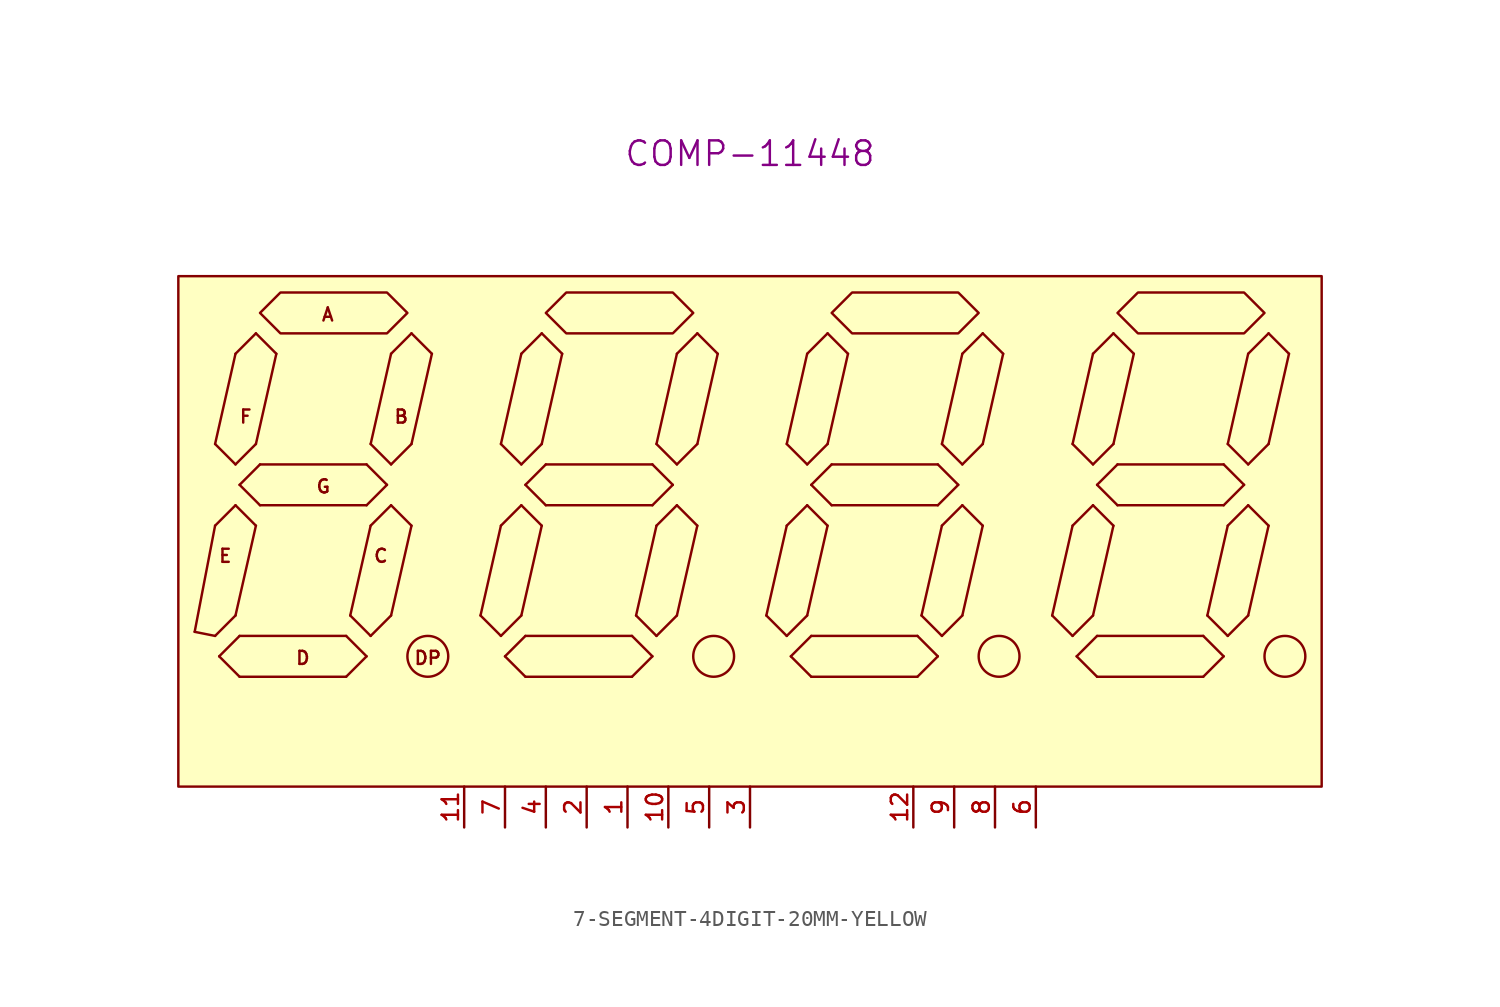
<source format=kicad_sym>
(kicad_symbol_lib
  (version 20211014)
  (generator kicad_symbol_editor)
  (symbol "7-SEGMENT-4DIGIT-20MM-YELLOW"
    (pin_names
      (offset 1.016) hide)
    (property "Reference" "DISP"
      (at 0 20.32 0)
      (effects (font (size 1.143 1.143)) hide))
    (property "Field4" "COMP-11448"
      (at 0 24.13 0)
      (effects (font (size 1.524 1.524))))
    (property "ki_locked" ""
      (at 0 0 0)
      (effects (font (size 1.27 1.27))))
    (symbol "7-SEGMENT-4DIGIT-20MM-YELLOW_1_0"
      (polyline (pts (xy -34.544 -5.613) (xy -33.274 -5.867)) (stroke (width 0) (type default) (color 0 0 0 0)) (fill (type none)))
      (polyline (pts (xy -33.274 -5.867) (xy -32.004 -4.597)) (stroke (width 0) (type default) (color 0 0 0 0)) (fill (type none)))
      (polyline (pts (xy -33.274 0.991) (xy -34.544 -5.613)) (stroke (width 0) (type default) (color 0 0 0 0)) (fill (type none)))
      (polyline (pts (xy -33.274 6.071) (xy -32.004 4.801)) (stroke (width 0) (type default) (color 0 0 0 0)) (fill (type none)))
      (polyline (pts (xy -33.02 -7.137) (xy -31.75 -8.407)) (stroke (width 0) (type default) (color 0 0 0 0)) (fill (type none)))
      (polyline (pts (xy -33.02 -7.137) (xy -31.75 -5.867)) (stroke (width 0) (type default) (color 0 0 0 0)) (fill (type none)))
      (polyline (pts (xy -32.004 -4.597) (xy -30.734 0.991)) (stroke (width 0) (type default) (color 0 0 0 0)) (fill (type none)))
      (polyline (pts (xy -32.004 2.261) (xy -33.274 0.991)) (stroke (width 0) (type default) (color 0 0 0 0)) (fill (type none)))
      (polyline (pts (xy -32.004 2.261) (xy -30.734 0.991)) (stroke (width 0) (type default) (color 0 0 0 0)) (fill (type none)))
      (polyline (pts (xy -32.004 4.801) (xy -30.734 6.071)) (stroke (width 0) (type default) (color 0 0 0 0)) (fill (type none)))
      (polyline (pts (xy -32.004 11.684) (xy -33.274 6.071)) (stroke (width 0) (type default) (color 0 0 0 0)) (fill (type none)))
      (polyline (pts (xy -31.75 -8.407) (xy -25.121 -8.407)) (stroke (width 0) (type default) (color 0 0 0 0)) (fill (type none)))
      (polyline (pts (xy -31.75 3.531) (xy -30.48 2.261)) (stroke (width 0) (type default) (color 0 0 0 0)) (fill (type none)))
      (polyline (pts (xy -31.75 3.531) (xy -30.48 4.801)) (stroke (width 0) (type default) (color 0 0 0 0)) (fill (type none)))
      (polyline (pts (xy -30.734 6.071) (xy -29.464 11.684)) (stroke (width 0) (type default) (color 0 0 0 0)) (fill (type none)))
      (polyline (pts (xy -30.734 12.954) (xy -32.004 11.684)) (stroke (width 0) (type default) (color 0 0 0 0)) (fill (type none)))
      (polyline (pts (xy -30.734 12.954) (xy -29.464 11.684)) (stroke (width 0) (type default) (color 0 0 0 0)) (fill (type none)))
      (polyline (pts (xy -30.48 2.261) (xy -23.851 2.261)) (stroke (width 0) (type default) (color 0 0 0 0)) (fill (type none)))
      (polyline (pts (xy -25.121 -8.407) (xy -23.851 -7.137)) (stroke (width 0) (type default) (color 0 0 0 0)) (fill (type none)))
      (polyline (pts (xy -25.121 -5.867) (xy -31.75 -5.867)) (stroke (width 0) (type default) (color 0 0 0 0)) (fill (type none)))
      (polyline (pts (xy -24.867 -4.597) (xy -23.597 -5.867)) (stroke (width 0) (type default) (color 0 0 0 0)) (fill (type none)))
      (polyline (pts (xy -23.851 -7.137) (xy -25.121 -5.867)) (stroke (width 0) (type default) (color 0 0 0 0)) (fill (type none)))
      (polyline (pts (xy -23.851 2.261) (xy -22.581 3.531)) (stroke (width 0) (type default) (color 0 0 0 0)) (fill (type none)))
      (polyline (pts (xy -23.851 4.801) (xy -30.48 4.801)) (stroke (width 0) (type default) (color 0 0 0 0)) (fill (type none)))
      (polyline (pts (xy -23.597 -5.867) (xy -22.327 -4.597)) (stroke (width 0) (type default) (color 0 0 0 0)) (fill (type none)))
      (polyline (pts (xy -23.597 0.991) (xy -24.867 -4.597)) (stroke (width 0) (type default) (color 0 0 0 0)) (fill (type none)))
      (polyline (pts (xy -23.597 6.071) (xy -22.327 4.801)) (stroke (width 0) (type default) (color 0 0 0 0)) (fill (type none)))
      (polyline (pts (xy -22.581 3.531) (xy -23.851 4.801)) (stroke (width 0) (type default) (color 0 0 0 0)) (fill (type none)))
      (polyline (pts (xy -22.327 -4.597) (xy -21.057 0.991)) (stroke (width 0) (type default) (color 0 0 0 0)) (fill (type none)))
      (polyline (pts (xy -22.327 2.261) (xy -23.597 0.991)) (stroke (width 0) (type default) (color 0 0 0 0)) (fill (type none)))
      (polyline (pts (xy -22.327 2.261) (xy -21.057 0.991)) (stroke (width 0) (type default) (color 0 0 0 0)) (fill (type none)))
      (polyline (pts (xy -22.327 4.801) (xy -21.057 6.071)) (stroke (width 0) (type default) (color 0 0 0 0)) (fill (type none)))
      (polyline (pts (xy -22.327 11.684) (xy -23.597 6.071)) (stroke (width 0) (type default) (color 0 0 0 0)) (fill (type none)))
      (polyline (pts (xy -21.057 6.071) (xy -19.787 11.684)) (stroke (width 0) (type default) (color 0 0 0 0)) (fill (type none)))
      (polyline (pts (xy -21.057 12.954) (xy -22.327 11.684)) (stroke (width 0) (type default) (color 0 0 0 0)) (fill (type none)))
      (polyline (pts (xy -21.057 12.954) (xy -19.787 11.684)) (stroke (width 0) (type default) (color 0 0 0 0)) (fill (type none)))
      (polyline (pts (xy -16.764 -4.597) (xy -15.494 -5.867)) (stroke (width 0) (type default) (color 0 0 0 0)) (fill (type none)))
      (polyline (pts (xy -15.494 -5.867) (xy -14.224 -4.597)) (stroke (width 0) (type default) (color 0 0 0 0)) (fill (type none)))
      (polyline (pts (xy -15.494 0.991) (xy -16.764 -4.597)) (stroke (width 0) (type default) (color 0 0 0 0)) (fill (type none)))
      (polyline (pts (xy -15.494 6.071) (xy -14.224 4.801)) (stroke (width 0) (type default) (color 0 0 0 0)) (fill (type none)))
      (polyline (pts (xy -15.24 -7.137) (xy -13.97 -8.407)) (stroke (width 0) (type default) (color 0 0 0 0)) (fill (type none)))
      (polyline (pts (xy -15.24 -7.137) (xy -13.97 -5.867)) (stroke (width 0) (type default) (color 0 0 0 0)) (fill (type none)))
      (polyline (pts (xy -14.224 -4.597) (xy -12.954 0.991)) (stroke (width 0) (type default) (color 0 0 0 0)) (fill (type none)))
      (polyline (pts (xy -14.224 2.261) (xy -15.494 0.991)) (stroke (width 0) (type default) (color 0 0 0 0)) (fill (type none)))
      (polyline (pts (xy -14.224 2.261) (xy -12.954 0.991)) (stroke (width 0) (type default) (color 0 0 0 0)) (fill (type none)))
      (polyline (pts (xy -14.224 4.801) (xy -12.954 6.071)) (stroke (width 0) (type default) (color 0 0 0 0)) (fill (type none)))
      (polyline (pts (xy -14.224 11.684) (xy -15.494 6.071)) (stroke (width 0) (type default) (color 0 0 0 0)) (fill (type none)))
      (polyline (pts (xy -13.97 -8.407) (xy -7.341 -8.407)) (stroke (width 0) (type default) (color 0 0 0 0)) (fill (type none)))
      (polyline (pts (xy -13.97 3.531) (xy -12.7 2.261)) (stroke (width 0) (type default) (color 0 0 0 0)) (fill (type none)))
      (polyline (pts (xy -13.97 3.531) (xy -12.7 4.801)) (stroke (width 0) (type default) (color 0 0 0 0)) (fill (type none)))
      (polyline (pts (xy -12.954 6.071) (xy -11.684 11.684)) (stroke (width 0) (type default) (color 0 0 0 0)) (fill (type none)))
      (polyline (pts (xy -12.954 12.954) (xy -14.224 11.684)) (stroke (width 0) (type default) (color 0 0 0 0)) (fill (type none)))
      (polyline (pts (xy -12.954 12.954) (xy -11.684 11.684)) (stroke (width 0) (type default) (color 0 0 0 0)) (fill (type none)))
      (polyline (pts (xy -12.7 2.261) (xy -6.071 2.261)) (stroke (width 0) (type default) (color 0 0 0 0)) (fill (type none)))
      (polyline (pts (xy -7.341 -8.407) (xy -6.071 -7.137)) (stroke (width 0) (type default) (color 0 0 0 0)) (fill (type none)))
      (polyline (pts (xy -7.341 -5.867) (xy -13.97 -5.867)) (stroke (width 0) (type default) (color 0 0 0 0)) (fill (type none)))
      (polyline (pts (xy -7.087 -4.597) (xy -5.817 -5.867)) (stroke (width 0) (type default) (color 0 0 0 0)) (fill (type none)))
      (polyline (pts (xy -6.071 -7.137) (xy -7.341 -5.867)) (stroke (width 0) (type default) (color 0 0 0 0)) (fill (type none)))
      (polyline (pts (xy -6.071 2.261) (xy -4.801 3.531)) (stroke (width 0) (type default) (color 0 0 0 0)) (fill (type none)))
      (polyline (pts (xy -6.071 4.801) (xy -12.7 4.801)) (stroke (width 0) (type default) (color 0 0 0 0)) (fill (type none)))
      (polyline (pts (xy -5.817 -5.867) (xy -4.547 -4.597)) (stroke (width 0) (type default) (color 0 0 0 0)) (fill (type none)))
      (polyline (pts (xy -5.817 0.991) (xy -7.087 -4.597)) (stroke (width 0) (type default) (color 0 0 0 0)) (fill (type none)))
      (polyline (pts (xy -5.817 6.071) (xy -4.547 4.801)) (stroke (width 0) (type default) (color 0 0 0 0)) (fill (type none)))
      (polyline (pts (xy -4.801 3.531) (xy -6.071 4.801)) (stroke (width 0) (type default) (color 0 0 0 0)) (fill (type none)))
      (polyline (pts (xy -4.547 -4.597) (xy -3.277 0.991)) (stroke (width 0) (type default) (color 0 0 0 0)) (fill (type none)))
      (polyline (pts (xy -4.547 2.261) (xy -5.817 0.991)) (stroke (width 0) (type default) (color 0 0 0 0)) (fill (type none)))
      (polyline (pts (xy -4.547 2.261) (xy -3.277 0.991)) (stroke (width 0) (type default) (color 0 0 0 0)) (fill (type none)))
      (polyline (pts (xy -4.547 4.801) (xy -3.277 6.071)) (stroke (width 0) (type default) (color 0 0 0 0)) (fill (type none)))
      (polyline (pts (xy -4.547 11.684) (xy -5.817 6.071)) (stroke (width 0) (type default) (color 0 0 0 0)) (fill (type none)))
      (polyline (pts (xy -3.277 6.071) (xy -2.007 11.684)) (stroke (width 0) (type default) (color 0 0 0 0)) (fill (type none)))
      (polyline (pts (xy -3.277 12.954) (xy -4.547 11.684)) (stroke (width 0) (type default) (color 0 0 0 0)) (fill (type none)))
      (polyline (pts (xy -3.277 12.954) (xy -2.007 11.684)) (stroke (width 0) (type default) (color 0 0 0 0)) (fill (type none)))
      (polyline (pts (xy 1.016 -4.597) (xy 2.286 -5.867)) (stroke (width 0) (type default) (color 0 0 0 0)) (fill (type none)))
      (polyline (pts (xy 2.286 -5.867) (xy 3.556 -4.597)) (stroke (width 0) (type default) (color 0 0 0 0)) (fill (type none)))
      (polyline (pts (xy 2.286 0.991) (xy 1.016 -4.597)) (stroke (width 0) (type default) (color 0 0 0 0)) (fill (type none)))
      (polyline (pts (xy 2.286 6.071) (xy 3.556 4.801)) (stroke (width 0) (type default) (color 0 0 0 0)) (fill (type none)))
      (polyline (pts (xy 2.54 -7.137) (xy 3.81 -8.407)) (stroke (width 0) (type default) (color 0 0 0 0)) (fill (type none)))
      (polyline (pts (xy 2.54 -7.137) (xy 3.81 -5.867)) (stroke (width 0) (type default) (color 0 0 0 0)) (fill (type none)))
      (polyline (pts (xy 3.556 -4.597) (xy 4.826 0.991)) (stroke (width 0) (type default) (color 0 0 0 0)) (fill (type none)))
      (polyline (pts (xy 3.556 2.261) (xy 2.286 0.991)) (stroke (width 0) (type default) (color 0 0 0 0)) (fill (type none)))
      (polyline (pts (xy 3.556 2.261) (xy 4.826 0.991)) (stroke (width 0) (type default) (color 0 0 0 0)) (fill (type none)))
      (polyline (pts (xy 3.556 4.801) (xy 4.826 6.071)) (stroke (width 0) (type default) (color 0 0 0 0)) (fill (type none)))
      (polyline (pts (xy 3.556 11.684) (xy 2.286 6.071)) (stroke (width 0) (type default) (color 0 0 0 0)) (fill (type none)))
      (polyline (pts (xy 3.81 -8.407) (xy 10.414 -8.407)) (stroke (width 0) (type default) (color 0 0 0 0)) (fill (type none)))
      (polyline (pts (xy 3.81 3.531) (xy 5.08 2.261)) (stroke (width 0) (type default) (color 0 0 0 0)) (fill (type none)))
      (polyline (pts (xy 3.81 3.531) (xy 5.08 4.801)) (stroke (width 0) (type default) (color 0 0 0 0)) (fill (type none)))
      (polyline (pts (xy 4.826 6.071) (xy 6.096 11.684)) (stroke (width 0) (type default) (color 0 0 0 0)) (fill (type none)))
      (polyline (pts (xy 4.826 12.954) (xy 3.556 11.684)) (stroke (width 0) (type default) (color 0 0 0 0)) (fill (type none)))
      (polyline (pts (xy 4.826 12.954) (xy 6.096 11.684)) (stroke (width 0) (type default) (color 0 0 0 0)) (fill (type none)))
      (polyline (pts (xy 5.08 2.261) (xy 11.684 2.261)) (stroke (width 0) (type default) (color 0 0 0 0)) (fill (type none)))
      (polyline (pts (xy 10.414 -8.407) (xy 11.684 -7.137)) (stroke (width 0) (type default) (color 0 0 0 0)) (fill (type none)))
      (polyline (pts (xy 10.414 -5.867) (xy 3.81 -5.867)) (stroke (width 0) (type default) (color 0 0 0 0)) (fill (type none)))
      (polyline (pts (xy 10.668 -4.597) (xy 11.938 -5.867)) (stroke (width 0) (type default) (color 0 0 0 0)) (fill (type none)))
      (polyline (pts (xy 11.684 -7.137) (xy 10.414 -5.867)) (stroke (width 0) (type default) (color 0 0 0 0)) (fill (type none)))
      (polyline (pts (xy 11.684 2.261) (xy 12.954 3.531)) (stroke (width 0) (type default) (color 0 0 0 0)) (fill (type none)))
      (polyline (pts (xy 11.684 4.801) (xy 5.08 4.801)) (stroke (width 0) (type default) (color 0 0 0 0)) (fill (type none)))
      (polyline (pts (xy 11.938 -5.867) (xy 13.208 -4.597)) (stroke (width 0) (type default) (color 0 0 0 0)) (fill (type none)))
      (polyline (pts (xy 11.938 0.991) (xy 10.668 -4.597)) (stroke (width 0) (type default) (color 0 0 0 0)) (fill (type none)))
      (polyline (pts (xy 11.938 6.071) (xy 13.208 4.801)) (stroke (width 0) (type default) (color 0 0 0 0)) (fill (type none)))
      (polyline (pts (xy 12.954 3.531) (xy 11.684 4.801)) (stroke (width 0) (type default) (color 0 0 0 0)) (fill (type none)))
      (polyline (pts (xy 13.208 -4.597) (xy 14.478 0.991)) (stroke (width 0) (type default) (color 0 0 0 0)) (fill (type none)))
      (polyline (pts (xy 13.208 2.261) (xy 11.938 0.991)) (stroke (width 0) (type default) (color 0 0 0 0)) (fill (type none)))
      (polyline (pts (xy 13.208 2.261) (xy 14.478 0.991)) (stroke (width 0) (type default) (color 0 0 0 0)) (fill (type none)))
      (polyline (pts (xy 13.208 4.801) (xy 14.478 6.071)) (stroke (width 0) (type default) (color 0 0 0 0)) (fill (type none)))
      (polyline (pts (xy 13.208 11.684) (xy 11.938 6.071)) (stroke (width 0) (type default) (color 0 0 0 0)) (fill (type none)))
      (polyline (pts (xy 14.478 6.071) (xy 15.748 11.684)) (stroke (width 0) (type default) (color 0 0 0 0)) (fill (type none)))
      (polyline (pts (xy 14.478 12.954) (xy 13.208 11.684)) (stroke (width 0) (type default) (color 0 0 0 0)) (fill (type none)))
      (polyline (pts (xy 14.478 12.954) (xy 15.748 11.684)) (stroke (width 0) (type default) (color 0 0 0 0)) (fill (type none)))
      (polyline (pts (xy 18.796 -4.597) (xy 20.066 -5.867)) (stroke (width 0) (type default) (color 0 0 0 0)) (fill (type none)))
      (polyline (pts (xy 20.066 -5.867) (xy 21.336 -4.597)) (stroke (width 0) (type default) (color 0 0 0 0)) (fill (type none)))
      (polyline (pts (xy 20.066 0.991) (xy 18.796 -4.597)) (stroke (width 0) (type default) (color 0 0 0 0)) (fill (type none)))
      (polyline (pts (xy 20.066 6.071) (xy 21.336 4.801)) (stroke (width 0) (type default) (color 0 0 0 0)) (fill (type none)))
      (polyline (pts (xy 20.32 -7.137) (xy 21.59 -8.407)) (stroke (width 0) (type default) (color 0 0 0 0)) (fill (type none)))
      (polyline (pts (xy 20.32 -7.137) (xy 21.59 -5.867)) (stroke (width 0) (type default) (color 0 0 0 0)) (fill (type none)))
      (polyline (pts (xy 21.336 -4.597) (xy 22.606 0.991)) (stroke (width 0) (type default) (color 0 0 0 0)) (fill (type none)))
      (polyline (pts (xy 21.336 2.261) (xy 20.066 0.991)) (stroke (width 0) (type default) (color 0 0 0 0)) (fill (type none)))
      (polyline (pts (xy 21.336 2.261) (xy 22.606 0.991)) (stroke (width 0) (type default) (color 0 0 0 0)) (fill (type none)))
      (polyline (pts (xy 21.336 4.801) (xy 22.606 6.071)) (stroke (width 0) (type default) (color 0 0 0 0)) (fill (type none)))
      (polyline (pts (xy 21.336 11.684) (xy 20.066 6.071)) (stroke (width 0) (type default) (color 0 0 0 0)) (fill (type none)))
      (polyline (pts (xy 21.59 -8.407) (xy 28.194 -8.407)) (stroke (width 0) (type default) (color 0 0 0 0)) (fill (type none)))
      (polyline (pts (xy 21.59 3.531) (xy 22.86 2.261)) (stroke (width 0) (type default) (color 0 0 0 0)) (fill (type none)))
      (polyline (pts (xy 21.59 3.531) (xy 22.86 4.801)) (stroke (width 0) (type default) (color 0 0 0 0)) (fill (type none)))
      (polyline (pts (xy 22.606 6.071) (xy 23.876 11.684)) (stroke (width 0) (type default) (color 0 0 0 0)) (fill (type none)))
      (polyline (pts (xy 22.606 12.954) (xy 21.336 11.684)) (stroke (width 0) (type default) (color 0 0 0 0)) (fill (type none)))
      (polyline (pts (xy 22.606 12.954) (xy 23.876 11.684)) (stroke (width 0) (type default) (color 0 0 0 0)) (fill (type none)))
      (polyline (pts (xy 22.86 2.261) (xy 29.464 2.261)) (stroke (width 0) (type default) (color 0 0 0 0)) (fill (type none)))
      (polyline (pts (xy 28.194 -8.407) (xy 29.464 -7.137)) (stroke (width 0) (type default) (color 0 0 0 0)) (fill (type none)))
      (polyline (pts (xy 28.194 -5.867) (xy 21.59 -5.867)) (stroke (width 0) (type default) (color 0 0 0 0)) (fill (type none)))
      (polyline (pts (xy 28.448 -4.597) (xy 29.718 -5.867)) (stroke (width 0) (type default) (color 0 0 0 0)) (fill (type none)))
      (polyline (pts (xy 29.464 -7.137) (xy 28.194 -5.867)) (stroke (width 0) (type default) (color 0 0 0 0)) (fill (type none)))
      (polyline (pts (xy 29.464 2.261) (xy 30.734 3.531)) (stroke (width 0) (type default) (color 0 0 0 0)) (fill (type none)))
      (polyline (pts (xy 29.464 4.801) (xy 22.86 4.801)) (stroke (width 0) (type default) (color 0 0 0 0)) (fill (type none)))
      (polyline (pts (xy 29.718 -5.867) (xy 30.988 -4.597)) (stroke (width 0) (type default) (color 0 0 0 0)) (fill (type none)))
      (polyline (pts (xy 29.718 0.991) (xy 28.448 -4.597)) (stroke (width 0) (type default) (color 0 0 0 0)) (fill (type none)))
      (polyline (pts (xy 29.718 6.071) (xy 30.988 4.801)) (stroke (width 0) (type default) (color 0 0 0 0)) (fill (type none)))
      (polyline (pts (xy 30.734 3.531) (xy 29.464 4.801)) (stroke (width 0) (type default) (color 0 0 0 0)) (fill (type none)))
      (polyline (pts (xy 30.988 -4.597) (xy 32.258 0.991)) (stroke (width 0) (type default) (color 0 0 0 0)) (fill (type none)))
      (polyline (pts (xy 30.988 2.261) (xy 29.718 0.991)) (stroke (width 0) (type default) (color 0 0 0 0)) (fill (type none)))
      (polyline (pts (xy 30.988 2.261) (xy 32.258 0.991)) (stroke (width 0) (type default) (color 0 0 0 0)) (fill (type none)))
      (polyline (pts (xy 30.988 4.801) (xy 32.258 6.071)) (stroke (width 0) (type default) (color 0 0 0 0)) (fill (type none)))
      (polyline (pts (xy 30.988 11.684) (xy 29.718 6.071)) (stroke (width 0) (type default) (color 0 0 0 0)) (fill (type none)))
      (polyline (pts (xy 32.258 6.071) (xy 33.528 11.684)) (stroke (width 0) (type default) (color 0 0 0 0)) (fill (type none)))
      (polyline (pts (xy 32.258 12.954) (xy 30.988 11.684)) (stroke (width 0) (type default) (color 0 0 0 0)) (fill (type none)))
      (polyline (pts (xy 32.258 12.954) (xy 33.528 11.684)) (stroke (width 0) (type default) (color 0 0 0 0)) (fill (type none)))
      (text "A" (at -26.264 14.122 0) (effects (font (size 0.813 0.813))))
      (text "B" (at -21.692 7.772 0) (effects (font (size 0.813 0.813))))
      (text "C" (at -22.962 -0.889 0) (effects (font (size 0.813 0.813))))
      (text "D" (at -27.813 -7.239 0) (effects (font (size 0.813 0.813))))
      (text "DP" (at -20.041 -7.239 0) (effects (font (size 0.813 0.813))))
      (text "E" (at -32.639 -0.889 0) (effects (font (size 0.813 0.813))))
      (text "F" (at -31.369 7.772 0) (effects (font (size 0.813 0.813))))
      (text "G" (at -26.543 3.429 0) (effects (font (size 0.813 0.813)))))
    (symbol "7-SEGMENT-4DIGIT-20MM-YELLOW_1_1"
      (circle (center -20.041 -7.137) (radius 1.27) (stroke (width 0) (type default) (color 0 0 0 0)) (fill (type none)))
      (circle (center -2.261 -7.137) (radius 1.27) (stroke (width 0) (type default) (color 0 0 0 0)) (fill (type none)))
      (polyline (pts (xy -35.56 16.51) (xy 35.56 16.51) (xy 35.56 -15.24) (xy -35.56 -15.24) (xy -35.56 16.51)) (stroke (width 0) (type default) (color 0 0 0 0)) (fill (type background)))
      (polyline (pts (xy -22.581 15.494) (xy -21.311 14.224) (xy -22.581 12.954) (xy -29.21 12.954) (xy -30.48 14.224) (xy -29.21 15.494) (xy -22.581 15.494)) (stroke (width 0) (type default) (color 0 0 0 0)) (fill (type background)))
      (polyline (pts (xy -4.801 15.494) (xy -3.531 14.224) (xy -4.801 12.954) (xy -11.43 12.954) (xy -12.7 14.224) (xy -11.43 15.494) (xy -4.801 15.494)) (stroke (width 0) (type default) (color 0 0 0 0)) (fill (type background)))
      (polyline (pts (xy 12.954 15.494) (xy 14.224 14.224) (xy 12.954 12.954) (xy 6.35 12.954) (xy 5.08 14.224) (xy 6.35 15.494) (xy 12.954 15.494)) (stroke (width 0) (type default) (color 0 0 0 0)) (fill (type background)))
      (polyline (pts (xy 30.734 15.494) (xy 32.004 14.224) (xy 30.734 12.954) (xy 24.13 12.954) (xy 22.86 14.224) (xy 24.13 15.494) (xy 30.734 15.494)) (stroke (width 0) (type default) (color 0 0 0 0)) (fill (type background)))
      (circle (center 15.494 -7.137) (radius 1.27) (stroke (width 0) (type default) (color 0 0 0 0)) (fill (type none)))
      (circle (center 33.274 -7.137) (radius 1.27) (stroke (width 0) (type default) (color 0 0 0 0)) (fill (type none)))
      (pin bidirectional line (at -7.62 -17.78 90) (length 2.54) (name "E" (effects (font (size 1.016 1.016)))) (number "1" (effects (font (size 1.016 1.016)))))
      (pin bidirectional line (at -5.08 -17.78 90) (length 2.54) (name "F" (effects (font (size 1.016 1.016)))) (number "10" (effects (font (size 1.016 1.016)))))
      (pin bidirectional line (at -17.78 -17.78 90) (length 2.54) (name "A" (effects (font (size 1.016 1.016)))) (number "11" (effects (font (size 1.016 1.016)))))
      (pin bidirectional line (at 10.16 -17.78 90) (length 2.54) (name "D1" (effects (font (size 1.016 1.016)))) (number "12" (effects (font (size 1.016 1.016)))))
      (pin bidirectional line (at -10.16 -17.78 90) (length 2.54) (name "D" (effects (font (size 1.016 1.016)))) (number "2" (effects (font (size 1.016 1.016)))))
      (pin bidirectional line (at 0 -17.78 90) (length 2.54) (name "DP" (effects (font (size 1.016 1.016)))) (number "3" (effects (font (size 1.016 1.016)))))
      (pin bidirectional line (at -12.7 -17.78 90) (length 2.54) (name "C" (effects (font (size 1.016 1.016)))) (number "4" (effects (font (size 1.016 1.016)))))
      (pin bidirectional line (at -2.54 -17.78 90) (length 2.54) (name "G" (effects (font (size 1.016 1.016)))) (number "5" (effects (font (size 1.016 1.016)))))
      (pin bidirectional line (at 17.78 -17.78 90) (length 2.54) (name "D4" (effects (font (size 1.016 1.016)))) (number "6" (effects (font (size 1.016 1.016)))))
      (pin bidirectional line (at -15.24 -17.78 90) (length 2.54) (name "B" (effects (font (size 1.016 1.016)))) (number "7" (effects (font (size 1.016 1.016)))))
      (pin bidirectional line (at 15.24 -17.78 90) (length 2.54) (name "D3" (effects (font (size 1.016 1.016)))) (number "8" (effects (font (size 1.016 1.016)))))
      (pin bidirectional line (at 12.7 -17.78 90) (length 2.54) (name "D2" (effects (font (size 1.016 1.016)))) (number "9" (effects (font (size 1.016 1.016))))))))
</source>
